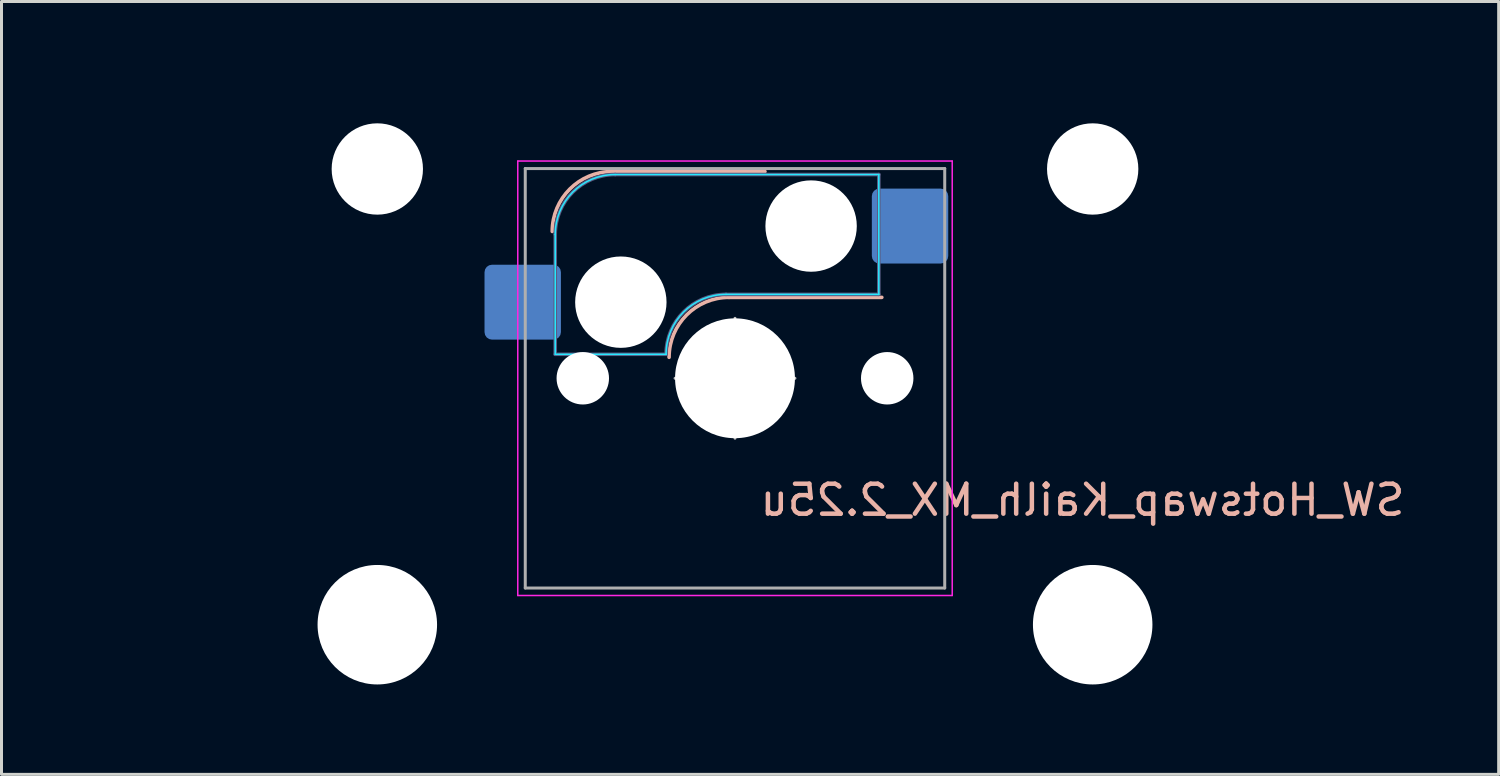
<source format=kicad_pcb>
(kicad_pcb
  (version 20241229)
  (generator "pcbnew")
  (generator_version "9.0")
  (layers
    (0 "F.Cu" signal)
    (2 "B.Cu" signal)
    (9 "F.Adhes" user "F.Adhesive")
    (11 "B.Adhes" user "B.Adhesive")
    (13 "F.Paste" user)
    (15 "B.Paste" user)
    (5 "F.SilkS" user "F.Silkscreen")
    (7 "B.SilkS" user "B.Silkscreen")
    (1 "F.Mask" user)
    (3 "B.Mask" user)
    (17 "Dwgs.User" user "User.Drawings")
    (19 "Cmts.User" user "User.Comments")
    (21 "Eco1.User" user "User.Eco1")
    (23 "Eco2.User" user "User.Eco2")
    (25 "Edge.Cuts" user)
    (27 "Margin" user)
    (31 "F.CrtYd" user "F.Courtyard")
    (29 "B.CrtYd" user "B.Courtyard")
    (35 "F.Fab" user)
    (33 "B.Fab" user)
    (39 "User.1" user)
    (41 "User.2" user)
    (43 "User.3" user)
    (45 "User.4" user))
  (footprint "SW_Hotswap_Kailh_MX_2.25u"
    (layer "F.Cu")
    (at 21.481 9.575)
    (property "Reference" "SW_Hotswap_Kailh_MX_2.25u" (at 0.762 4.064 0) (layer "B.SilkS") (effects (font (size 1 1) (thickness 0.15)) (justify right mirror)))
    (attr smd)
    (fp_line (start -4.1 -6.9) (end 1 -6.9) (stroke (width 0.12) (type solid)) (layer "B.SilkS"))
    (fp_line (start -0.2 -2.7) (end 4.9 -2.7) (stroke (width 0.12) (type solid)) (layer "B.SilkS"))
    (fp_arc (start -6.1 -4.9) (mid -5.514214 -6.314214) (end -4.1 -6.9) (stroke (width 0.12) (type solid)) (layer "B.SilkS"))
    (fp_arc (start -2.2 -0.7) (mid -1.614214 -2.114214) (end -0.2 -2.7) (stroke (width 0.12) (type solid)) (layer "B.SilkS"))
    (fp_line (start -2 0) (end 2 0) (stroke (width 0.1) (type solid)) (layer "Dwgs.User"))
    (fp_line (start 0 2) (end 0 -2) (stroke (width 0.1) (type solid)) (layer "Dwgs.User"))
    (fp_line (start -15.313 -5.53) (end -15.313 6.77) (stroke (width 0.1) (type solid)) (layer "Eco1.User"))
    (fp_line (start -15.313 6.77) (end -8.563 6.77) (stroke (width 0.1) (type solid)) (layer "Eco1.User"))
    (fp_line (start -8.563 -5.53) (end -15.313 -5.53) (stroke (width 0.1) (type solid)) (layer "Eco1.User"))
    (fp_line (start -8.563 6.77) (end -8.563 -5.53) (stroke (width 0.1) (type solid)) (layer "Eco1.User"))
    (fp_line (start -7.8 -6) (end -7 -6) (stroke (width 0.1) (type solid)) (layer "Eco1.User"))
    (fp_line (start -7.8 -2.9) (end -7.8 -6) (stroke (width 0.1) (type solid)) (layer "Eco1.User"))
    (fp_line (start -7.8 2.9) (end -7 2.9) (stroke (width 0.1) (type solid)) (layer "Eco1.User"))
    (fp_line (start -7.8 6) (end -7.8 2.9) (stroke (width 0.1) (type solid)) (layer "Eco1.User"))
    (fp_line (start -7 -7) (end 7 -7) (stroke (width 0.1) (type solid)) (layer "Eco1.User"))
    (fp_line (start -7 -6) (end -7 -7) (stroke (width 0.1) (type solid)) (layer "Eco1.User"))
    (fp_line (start -7 -2.9) (end -7.8 -2.9) (stroke (width 0.1) (type solid)) (layer "Eco1.User"))
    (fp_line (start -7 2.9) (end -7 -2.9) (stroke (width 0.1) (type solid)) (layer "Eco1.User"))
    (fp_line (start -7 6) (end -7.8 6) (stroke (width 0.1) (type solid)) (layer "Eco1.User"))
    (fp_line (start -7 7) (end -7 6) (stroke (width 0.1) (type solid)) (layer "Eco1.User"))
    (fp_line (start 7 -7) (end 7 -6) (stroke (width 0.1) (type solid)) (layer "Eco1.User"))
    (fp_line (start 7 -6) (end 7.8 -6) (stroke (width 0.1) (type solid)) (layer "Eco1.User"))
    (fp_line (start 7 -2.9) (end 7 2.9) (stroke (width 0.1) (type solid)) (layer "Eco1.User"))
    (fp_line (start 7 2.9) (end 7.8 2.9) (stroke (width 0.1) (type solid)) (layer "Eco1.User"))
    (fp_line (start 7 6) (end 7 7) (stroke (width 0.1) (type solid)) (layer "Eco1.User"))
    (fp_line (start 7 7) (end -7 7) (stroke (width 0.1) (type solid)) (layer "Eco1.User"))
    (fp_line (start 7.8 -6) (end 7.8 -2.9) (stroke (width 0.1) (type solid)) (layer "Eco1.User"))
    (fp_line (start 7.8 -2.9) (end 7 -2.9) (stroke (width 0.1) (type solid)) (layer "Eco1.User"))
    (fp_line (start 7.8 2.9) (end 7.8 6) (stroke (width 0.1) (type solid)) (layer "Eco1.User"))
    (fp_line (start 7.8 6) (end 7 6) (stroke (width 0.1) (type solid)) (layer "Eco1.User"))
    (fp_line (start 8.563 -5.53) (end 8.563 6.77) (stroke (width 0.1) (type solid)) (layer "Eco1.User"))
    (fp_line (start 8.563 6.77) (end 15.313 6.77) (stroke (width 0.1) (type solid)) (layer "Eco1.User"))
    (fp_line (start 15.313 -5.53) (end 8.563 -5.53) (stroke (width 0.1) (type solid)) (layer "Eco1.User"))
    (fp_line (start 15.313 6.77) (end 15.313 -5.53) (stroke (width 0.1) (type solid)) (layer "Eco1.User"))
    (fp_line (start -21.431 -9.525) (end -21.431 9.525) (stroke (width 0.1) (type solid)) (layer "Eco2.User"))
    (fp_line (start -21.431 9.525) (end 21.431 9.525) (stroke (width 0.1) (type solid)) (layer "Eco2.User"))
    (fp_line (start 21.431 -9.525) (end -21.431 -9.525) (stroke (width 0.1) (type solid)) (layer "Eco2.User"))
    (fp_line (start 21.431 9.525) (end 21.431 -9.525) (stroke (width 0.1) (type solid)) (layer "Eco2.User"))
    (fp_line (start -6 -0.8) (end -6 -4.8) (stroke (width 0.05) (type solid)) (layer "B.CrtYd"))
    (fp_line (start -6 -0.8) (end -2.3 -0.8) (stroke (width 0.05) (type solid)) (layer "B.CrtYd"))
    (fp_line (start -4 -6.8) (end 4.8 -6.8) (stroke (width 0.05) (type solid)) (layer "B.CrtYd"))
    (fp_line (start -0.3 -2.8) (end 4.8 -2.8) (stroke (width 0.05) (type solid)) (layer "B.CrtYd"))
    (fp_line (start 4.8 -6.8) (end 4.8 -2.8) (stroke (width 0.05) (type solid)) (layer "B.CrtYd"))
    (fp_arc (start -6 -4.8) (mid -5.414214 -6.214214) (end -4 -6.8) (stroke (width 0.05) (type solid)) (layer "B.CrtYd"))
    (fp_arc (start -2.3 -0.8) (mid -1.714214 -2.214214) (end -0.3 -2.8) (stroke (width 0.05) (type solid)) (layer "B.CrtYd"))
    (fp_line (start -7.25 -7.25) (end -7.25 7.25) (stroke (width 0.05) (type solid)) (layer "F.CrtYd"))
    (fp_line (start -7.25 7.25) (end 7.25 7.25) (stroke (width 0.05) (type solid)) (layer "F.CrtYd"))
    (fp_line (start 7.25 -7.25) (end -7.25 -7.25) (stroke (width 0.05) (type solid)) (layer "F.CrtYd"))
    (fp_line (start 7.25 7.25) (end 7.25 -7.25) (stroke (width 0.05) (type solid)) (layer "F.CrtYd"))
    (fp_line (start -6 -0.8) (end -6 -4.8) (stroke (width 0.12) (type solid)) (layer "B.Fab"))
    (fp_line (start -6 -0.8) (end -2.3 -0.8) (stroke (width 0.12) (type solid)) (layer "B.Fab"))
    (fp_line (start -4 -6.8) (end 4.8 -6.8) (stroke (width 0.12) (type solid)) (layer "B.Fab"))
    (fp_line (start -0.3 -2.8) (end 4.8 -2.8) (stroke (width 0.12) (type solid)) (layer "B.Fab"))
    (fp_line (start 4.8 -6.8) (end 4.8 -2.8) (stroke (width 0.12) (type solid)) (layer "B.Fab"))
    (fp_arc (start -6 -4.8) (mid -5.414214 -6.214214) (end -4 -6.8) (stroke (width 0.12) (type solid)) (layer "B.Fab"))
    (fp_arc (start -2.3 -0.8) (mid -1.714214 -2.214214) (end -0.3 -2.8) (stroke (width 0.12) (type solid)) (layer "B.Fab"))
    (fp_line (start -7 -7) (end -7 7) (stroke (width 0.1) (type solid)) (layer "F.Fab"))
    (fp_line (start -7 7) (end 7 7) (stroke (width 0.1) (type solid)) (layer "F.Fab"))
    (fp_line (start 7 -7) (end -7 -7) (stroke (width 0.1) (type solid)) (layer "F.Fab"))
    (fp_line (start 7 7) (end 7 -7) (stroke (width 0.1) (type solid)) (layer "F.Fab"))
    (pad "" np_thru_hole circle (at -11.938 -6.985) (size 3.048 3.048) (drill 3.048) (layers "*.Cu" "*.Mask"))
    (pad "" np_thru_hole circle (at -11.938 8.225) (size 3.988 3.988) (drill 3.988) (layers "*.Cu" "*.Mask"))
    (pad "" np_thru_hole circle (at -5.08 0) (size 1.75 1.75) (drill 1.75) (layers "*.Cu" "*.Mask"))
    (pad "" np_thru_hole circle (at -3.81 -2.54) (size 3.05 3.05) (drill 3.05) (layers "*.Cu" "*.Mask"))
    (pad "" np_thru_hole circle (at 0 0) (size 4 4) (drill 4) (layers "*.Cu" "*.Mask"))
    (pad "" np_thru_hole circle (at 2.54 -5.08) (size 3.05 3.05) (drill 3.05) (layers "*.Cu" "*.Mask"))
    (pad "" np_thru_hole circle (at 5.08 0) (size 1.75 1.75) (drill 1.75) (layers "*.Cu" "*.Mask"))
    (pad "" np_thru_hole circle (at 11.938 -6.985) (size 3.048 3.048) (drill 3.048) (layers "*.Cu" "*.Mask"))
    (pad "" np_thru_hole circle (at 11.938 8.225) (size 3.988 3.988) (drill 3.988) (layers "*.Cu" "*.Mask"))
    (pad "1" smd roundrect (at -7.085 -2.54) (size 2.55 2.5) (layers "B.Cu" "B.Mask" "B.Paste") (roundrect_rratio 0.1))
    (pad "2" smd roundrect (at 5.842 -5.08) (size 2.55 2.5) (layers "B.Cu" "B.Mask" "B.Paste") (roundrect_rratio 0.1)))
  (gr_rect
    (start -3 -3)
    (end 46.969 22.794)
    (stroke (width 0.1) (type default))
    (fill no)
    (layer "Edge.Cuts")))
</source>
